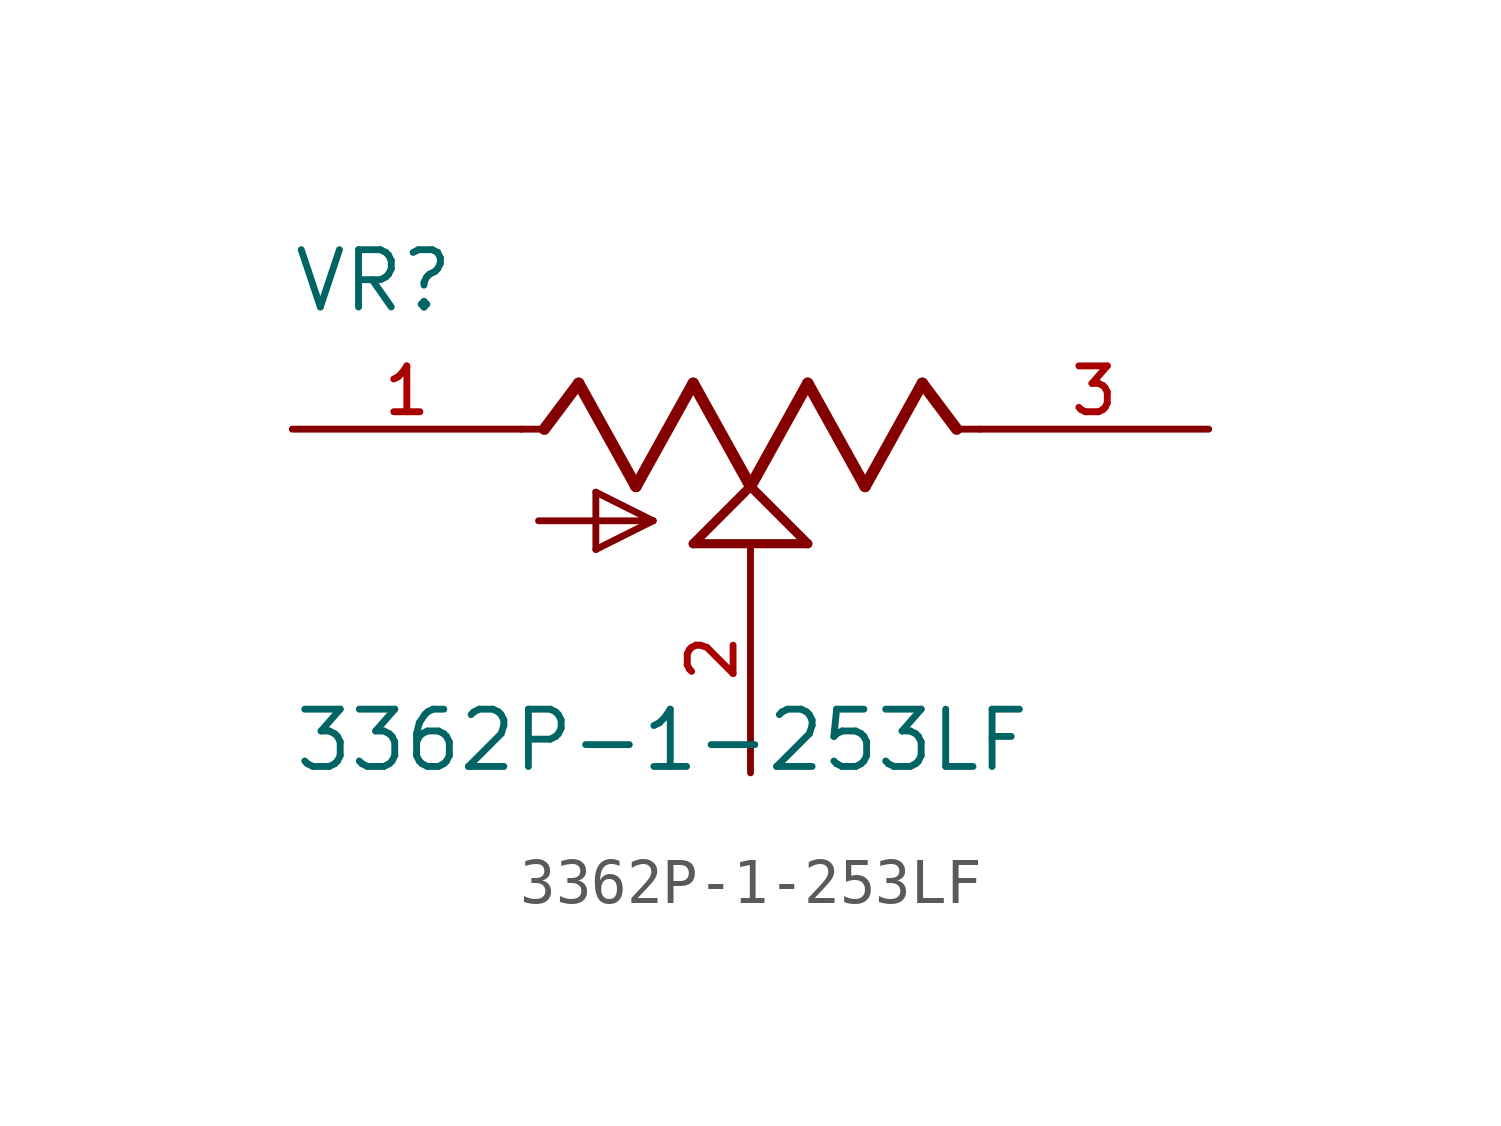
<source format=kicad_sym>
(kicad_symbol_lib
  (version 20211014)
  (generator kicad_symbol_editor)
  (symbol "3362P-1-253LF"
    (pin_names
      (offset 1.016))
    (property "Reference" "VR"
      (at -10.182 2.546 0)
      (effects (font (size 1.27 1.27)) (justify bottom left)))
    (property "Value" "3362P-1-253LF"
      (at -10.165 -7.642 0)
      (effects (font (size 1.27 1.27)) (justify bottom left)))
    (symbol "3362P-1-253LF_0_0"
      (polyline (pts (xy -5.08 0.0) (xy -4.572 0.0)) (stroke (width 0.152)))
      (polyline (pts (xy -4.572 0.0) (xy -3.81 1.016)) (stroke (width 0.254)))
      (polyline (pts (xy -3.81 1.016) (xy -2.54 -1.27)) (stroke (width 0.254)))
      (polyline (pts (xy -2.54 -1.27) (xy -1.27 1.016)) (stroke (width 0.254)))
      (polyline (pts (xy -1.27 1.016) (xy 0.0 -1.27)) (stroke (width 0.254)))
      (polyline (pts (xy 0.0 -1.27) (xy 1.27 1.016)) (stroke (width 0.254)))
      (polyline (pts (xy 1.27 1.016) (xy 2.54 -1.27)) (stroke (width 0.254)))
      (polyline (pts (xy 2.54 -1.27) (xy 3.81 1.016)) (stroke (width 0.254)))
      (polyline (pts (xy 3.81 1.016) (xy 4.572 0.0)) (stroke (width 0.254)))
      (polyline (pts (xy 4.572 0.0) (xy 5.08 0.0)) (stroke (width 0.152)))
      (polyline (pts (xy 0.0 -1.27) (xy 1.27 -2.54)) (stroke (width 0.203)))
      (polyline (pts (xy -1.27 -2.54) (xy 0.0 -1.27)) (stroke (width 0.203)))
      (polyline (pts (xy 1.27 -2.54) (xy -1.27 -2.54)) (stroke (width 0.203)))
      (polyline (pts (xy -4.699 -2.032) (xy -2.159 -2.032)) (stroke (width 0.152)))
      (polyline (pts (xy -2.159 -2.032) (xy -3.429 -2.667)) (stroke (width 0.152)))
      (polyline (pts (xy -3.429 -2.667) (xy -3.429 -1.397)) (stroke (width 0.152)))
      (polyline (pts (xy -3.429 -1.397) (xy -2.159 -2.032)) (stroke (width 0.152)))
      (pin passive line (at -10.16 0.0 0) (length 5.08) (name "~" (effects (font (size 1.016 1.016)))) (number "1" (effects (font (size 1.016 1.016)))))
      (pin passive line (at 0.0 -7.62 90.0) (length 5.08) (name "~" (effects (font (size 1.016 1.016)))) (number "2" (effects (font (size 1.016 1.016)))))
      (pin passive line (at 10.16 0.0 180.0) (length 5.08) (name "~" (effects (font (size 1.016 1.016)))) (number "3" (effects (font (size 1.016 1.016))))))))
</source>
